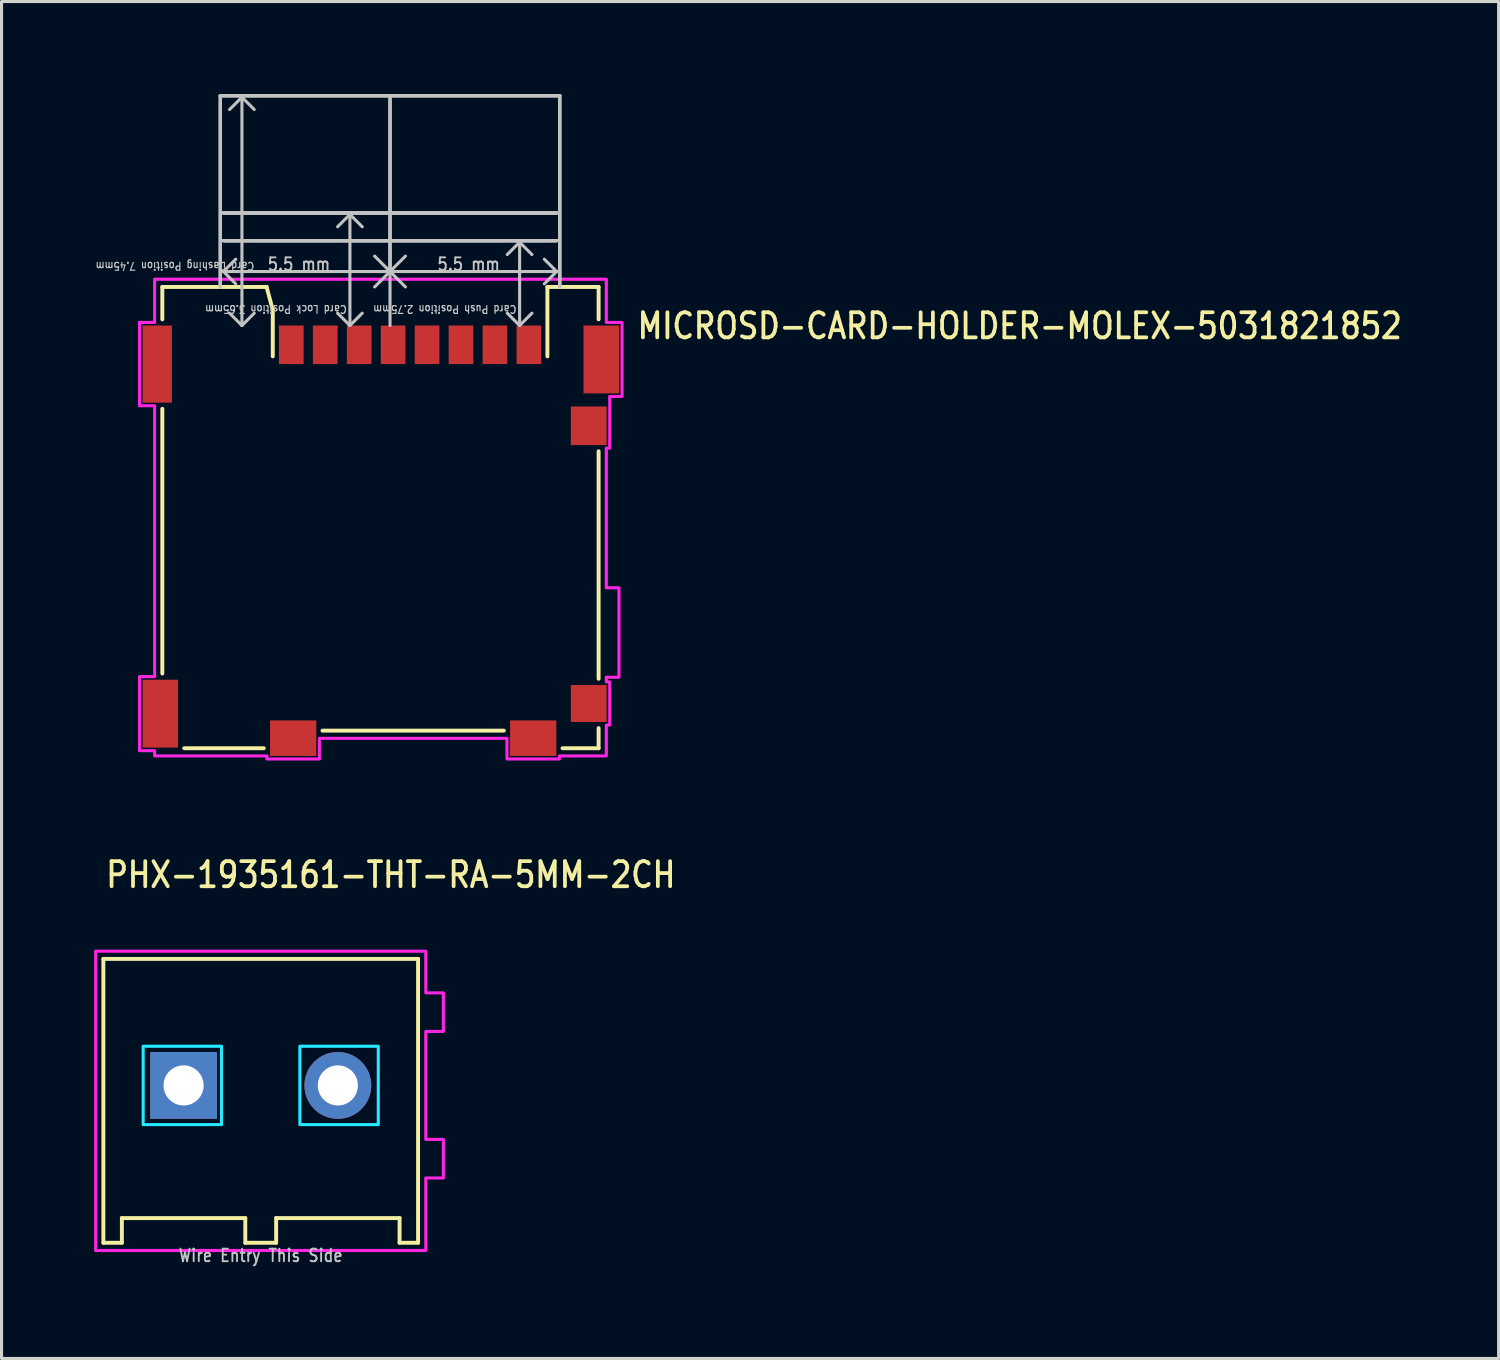
<source format=kicad_pcb>
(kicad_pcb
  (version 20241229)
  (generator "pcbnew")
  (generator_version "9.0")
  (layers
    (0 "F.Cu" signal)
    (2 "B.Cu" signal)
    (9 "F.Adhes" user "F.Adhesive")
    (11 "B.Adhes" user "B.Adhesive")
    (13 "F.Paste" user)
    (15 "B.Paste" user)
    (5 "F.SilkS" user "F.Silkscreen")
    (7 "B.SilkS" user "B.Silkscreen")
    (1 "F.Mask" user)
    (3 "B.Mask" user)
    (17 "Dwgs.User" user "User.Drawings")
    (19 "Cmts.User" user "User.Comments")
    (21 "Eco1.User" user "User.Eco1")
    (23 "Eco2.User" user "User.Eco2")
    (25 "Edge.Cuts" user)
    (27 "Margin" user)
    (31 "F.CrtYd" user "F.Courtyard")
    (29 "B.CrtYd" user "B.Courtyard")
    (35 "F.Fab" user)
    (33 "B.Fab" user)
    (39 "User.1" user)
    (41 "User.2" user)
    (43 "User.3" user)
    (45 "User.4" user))
  (footprint "PHX-1935161-THT-RA-5MM-2CH"
    (layer "F.Cu")
    (at 5.4 32.129)
    (property "Reference" "PHX-1935161-THT-RA-5MM-2CH" (at -5.08 -6.35 0) (unlocked yes) (layer "F.SilkS") (effects (font (size 0.813 0.695) (thickness 0.122)) (justify left bottom)))
    (fp_line (start -5.1 -4.1) (end -5.1 5.1) (stroke (width 0.127) (type solid)) (layer "F.SilkS"))
    (fp_line (start -5.1 5.1) (end -4.5 5.1) (stroke (width 0.127) (type solid)) (layer "F.SilkS"))
    (fp_line (start -4.5 4.3) (end -0.5 4.3) (stroke (width 0.127) (type solid)) (layer "F.SilkS"))
    (fp_line (start -4.5 5.1) (end -4.5 4.3) (stroke (width 0.127) (type solid)) (layer "F.SilkS"))
    (fp_line (start -0.5 4.3) (end -0.5 5.1) (stroke (width 0.127) (type solid)) (layer "F.SilkS"))
    (fp_line (start -0.5 5.1) (end 0.5 5.1) (stroke (width 0.127) (type solid)) (layer "F.SilkS"))
    (fp_line (start 0.5 4.3) (end 4.5 4.3) (stroke (width 0.127) (type solid)) (layer "F.SilkS"))
    (fp_line (start 0.5 5.1) (end 0.5 4.3) (stroke (width 0.127) (type solid)) (layer "F.SilkS"))
    (fp_line (start 4.5 4.3) (end 4.5 5.1) (stroke (width 0.127) (type solid)) (layer "F.SilkS"))
    (fp_line (start 4.5 5.1) (end 5.1 5.1) (stroke (width 0.127) (type solid)) (layer "F.SilkS"))
    (fp_line (start 5.1 -4.1) (end -5.1 -4.1) (stroke (width 0.127) (type solid)) (layer "F.SilkS"))
    (fp_line (start 5.1 5.1) (end 5.1 -4.1) (stroke (width 0.127) (type solid)) (layer "F.SilkS"))
    (fp_poly (pts (xy -3.81 -1.27) (xy -1.27 -1.27) (xy -1.27 1.27) (xy -3.81 1.27)) (stroke (width 0.1) (type solid)) (fill no) (layer "B.CrtYd"))
    (fp_poly (pts (xy 1.27 -1.27) (xy 3.81 -1.27) (xy 3.81 1.27) (xy 1.27 1.27)) (stroke (width 0.1) (type solid)) (fill no) (layer "B.CrtYd"))
    (fp_poly (pts (xy -5.35 -4.35) (xy -5.35 5.35) (xy 5.35 5.35) (xy 5.35 3) (xy 5.92 3) (xy 5.92 1.75) (xy 5.35 1.75) (xy 5.35 -1.75) (xy 5.92 -1.75) (xy 5.92 -3) (xy 5.35 -3) (xy 5.35 -4.35)) (stroke (width 0.1) (type solid)) (fill no) (layer "F.CrtYd"))
    (fp_text user "Wire Entry This Side" (at 0 5.75 0) (unlocked yes) (layer "Dwgs.User") (effects (font (size 0.406 0.347) (thickness 0.061)) (justify bottom)))
    (pad "1" thru_hole rect (at -2.5 0) (size 2.167 2.167) (drill 1.3) (layers "*.Cu" "*.Mask"))
    (pad "2" thru_hole oval (at 2.5 0) (size 2.167 2.167) (drill 1.3) (layers "*.Cu" "*.Mask")))
  (footprint "MICROSD-CARD-HOLDER-MOLEX-5031821852"
    (layer "F.Cu")
    (at 9.591 7.5)
    (property "Reference" "MICROSD-CARD-HOLDER-MOLEX-5031821852" (at 7.95 0.49 0) (unlocked yes) (layer "F.SilkS") (effects (font (size 0.813 0.695) (thickness 0.122)) (justify left bottom)))
    (fp_poly (pts (xy -3.95 1.49) (xy 5.25 1.49) (xy 5.25 9.65) (xy -3.95 9.65)) (stroke (width 0) (type solid)) (fill yes) (layer "F.Mask"))
    (fp_poly (pts (xy -3.95 1.49) (xy 5.25 1.49) (xy 5.25 9.65) (xy -3.95 9.65)) (stroke (width 0) (type solid)) (fill yes) (layer "F.Mask"))
    (fp_line (start -7.38 -1.25) (end -7.38 -0.2) (stroke (width 0.127) (type solid)) (layer "F.SilkS"))
    (fp_line (start -7.38 -1.25) (end -4 -1.25) (stroke (width 0.127) (type solid)) (layer "F.SilkS"))
    (fp_line (start -7.38 2.7) (end -7.38 11.28) (stroke (width 0.127) (type solid)) (layer "F.SilkS"))
    (fp_line (start -6.67 13.7) (end -4.09 13.7) (stroke (width 0.127) (type solid)) (layer "F.SilkS"))
    (fp_line (start -4 -1.25) (end -3.8 -0.5) (stroke (width 0.127) (type solid)) (layer "F.SilkS"))
    (fp_line (start -3.8 -0.5) (end -3.8 1) (stroke (width 0.127) (type solid)) (layer "F.SilkS"))
    (fp_line (start -2.19 13.13) (end 3.69 13.13) (stroke (width 0.127) (type solid)) (layer "F.SilkS"))
    (fp_line (start 5.1 -1.25) (end 5.1 1) (stroke (width 0.127) (type solid)) (layer "F.SilkS"))
    (fp_line (start 5.59 13.7) (end 6.76 13.7) (stroke (width 0.127) (type solid)) (layer "F.SilkS"))
    (fp_line (start 6.76 -1.25) (end 5.1 -1.25) (stroke (width 0.127) (type solid)) (layer "F.SilkS"))
    (fp_line (start 6.76 -1.25) (end 6.76 -0.2) (stroke (width 0.127) (type solid)) (layer "F.SilkS"))
    (fp_line (start 6.76 4.075) (end 6.76 11.45) (stroke (width 0.127) (type solid)) (layer "F.SilkS"))
    (fp_line (start 6.76 13.05) (end 6.76 13.7) (stroke (width 0.127) (type solid)) (layer "F.SilkS"))
    (fp_line (start -5.5 -7.45) (end -5.5 -1.25) (stroke (width 0.1) (type solid)) (layer "Dwgs.User"))
    (fp_line (start -5.5 -7.45) (end -5.5 -1.25) (stroke (width 0.1) (type solid)) (layer "Dwgs.User"))
    (fp_line (start -5.5 -7.45) (end -5.5 -1.25) (stroke (width 0.1) (type solid)) (layer "Dwgs.User"))
    (fp_line (start -5.5 -7.45) (end -5.5 -1.25) (stroke (width 0.1) (type solid)) (layer "Dwgs.User"))
    (fp_line (start -5.5 -7.45) (end 5.5 -7.45) (stroke (width 0.1) (type solid)) (layer "Dwgs.User"))
    (fp_line (start -5.5 -7.45) (end 5.5 -7.45) (stroke (width 0.1) (type solid)) (layer "Dwgs.User"))
    (fp_line (start -5.5 -7.45) (end 5.5 -7.45) (stroke (width 0.1) (type solid)) (layer "Dwgs.User"))
    (fp_line (start -5.5 -7.45) (end 5.5 -7.45) (stroke (width 0.1) (type solid)) (layer "Dwgs.User"))
    (fp_line (start -5.5 -7.45) (end 5.5 -7.45) (stroke (width 0.1) (type solid)) (layer "Dwgs.User"))
    (fp_line (start -5.5 -7.45) (end 5.5 -7.45) (stroke (width 0.1) (type solid)) (layer "Dwgs.User"))
    (fp_line (start -5.4 -3.65) (end 5.4 -3.65) (stroke (width 0.1) (type solid)) (layer "Dwgs.User"))
    (fp_line (start -5.4 -3.65) (end 5.4 -3.65) (stroke (width 0.1) (type solid)) (layer "Dwgs.User"))
    (fp_line (start -5.4 -3.65) (end 5.4 -3.65) (stroke (width 0.1) (type solid)) (layer "Dwgs.User"))
    (fp_line (start -5.4 -3.65) (end 5.4 -3.65) (stroke (width 0.1) (type solid)) (layer "Dwgs.User"))
    (fp_line (start -5.4 -3.65) (end 5.4 -3.65) (stroke (width 0.1) (type solid)) (layer "Dwgs.User"))
    (fp_line (start -5.4 -3.65) (end 5.4 -3.65) (stroke (width 0.1) (type solid)) (layer "Dwgs.User"))
    (fp_line (start -5.4 -2.75) (end 5.4 -2.75) (stroke (width 0.1) (type solid)) (layer "Dwgs.User"))
    (fp_line (start -5.4 -2.75) (end 5.4 -2.75) (stroke (width 0.1) (type solid)) (layer "Dwgs.User"))
    (fp_line (start -5.4 -2.75) (end 5.4 -2.75) (stroke (width 0.1) (type solid)) (layer "Dwgs.User"))
    (fp_line (start -5.4 -2.75) (end 5.4 -2.75) (stroke (width 0.1) (type solid)) (layer "Dwgs.User"))
    (fp_line (start -5.4 -2.75) (end 5.4 -2.75) (stroke (width 0.1) (type solid)) (layer "Dwgs.User"))
    (fp_line (start -5.4 -2.75) (end 5.4 -2.75) (stroke (width 0.1) (type solid)) (layer "Dwgs.User"))
    (fp_line (start -5.4 -1.75) (end -5 -1.35) (stroke (width 0.1) (type solid)) (layer "Dwgs.User"))
    (fp_line (start -5.4 -1.75) (end 0 -1.75) (stroke (width 0.1) (type solid)) (layer "Dwgs.User"))
    (fp_line (start -5 -2.15) (end -5.4 -1.75) (stroke (width 0.1) (type solid)) (layer "Dwgs.User"))
    (fp_line (start -4.8 -7.4) (end -5.2 -7) (stroke (width 0.1) (type solid)) (layer "Dwgs.User"))
    (fp_line (start -4.8 -7.4) (end -4.4 -7) (stroke (width 0.1) (type solid)) (layer "Dwgs.User"))
    (fp_line (start -4.8 0) (end -5.2 -0.4) (stroke (width 0.1) (type solid)) (layer "Dwgs.User"))
    (fp_line (start -4.8 0) (end -4.8 -7.4) (stroke (width 0.1) (type solid)) (layer "Dwgs.User"))
    (fp_line (start -4.8 0) (end -4.4 -0.4) (stroke (width 0.1) (type solid)) (layer "Dwgs.User"))
    (fp_line (start -1.3 -3.6) (end -1.7 -3.2) (stroke (width 0.1) (type solid)) (layer "Dwgs.User"))
    (fp_line (start -1.3 -3.6) (end -0.9 -3.2) (stroke (width 0.1) (type solid)) (layer "Dwgs.User"))
    (fp_line (start -1.3 0) (end -1.7 -0.4) (stroke (width 0.1) (type solid)) (layer "Dwgs.User"))
    (fp_line (start -1.3 0) (end -1.3 -3.6) (stroke (width 0.1) (type solid)) (layer "Dwgs.User"))
    (fp_line (start -1.3 0) (end -0.9 -0.4) (stroke (width 0.1) (type solid)) (layer "Dwgs.User"))
    (fp_line (start 0 -1.75) (end -0.5 -2.25) (stroke (width 0.1) (type solid)) (layer "Dwgs.User"))
    (fp_line (start 0 -1.75) (end -0.5 -1.25) (stroke (width 0.1) (type solid)) (layer "Dwgs.User"))
    (fp_line (start 0 -1.75) (end 0 -7.45) (stroke (width 0.1) (type solid)) (layer "Dwgs.User"))
    (fp_line (start 0 -1.75) (end 0 -7.45) (stroke (width 0.1) (type solid)) (layer "Dwgs.User"))
    (fp_line (start 0 -1.75) (end 0 -7.45) (stroke (width 0.1) (type solid)) (layer "Dwgs.User"))
    (fp_line (start 0 -1.75) (end 0.5 -1.25) (stroke (width 0.1) (type solid)) (layer "Dwgs.User"))
    (fp_line (start 0 -1.75) (end 5.4 -1.75) (stroke (width 0.1) (type solid)) (layer "Dwgs.User"))
    (fp_line (start 0 0) (end 0 -1.75) (stroke (width 0.1) (type solid)) (layer "Dwgs.User"))
    (fp_line (start 0.5 -2.25) (end 0 -1.75) (stroke (width 0.1) (type solid)) (layer "Dwgs.User"))
    (fp_line (start 4.2 -2.7) (end 3.8 -2.3) (stroke (width 0.1) (type solid)) (layer "Dwgs.User"))
    (fp_line (start 4.2 -2.7) (end 4.6 -2.3) (stroke (width 0.1) (type solid)) (layer "Dwgs.User"))
    (fp_line (start 4.2 0) (end 3.8 -0.4) (stroke (width 0.1) (type solid)) (layer "Dwgs.User"))
    (fp_line (start 4.2 0) (end 4.2 -2.7) (stroke (width 0.1) (type solid)) (layer "Dwgs.User"))
    (fp_line (start 4.2 0) (end 4.6 -0.4) (stroke (width 0.1) (type solid)) (layer "Dwgs.User"))
    (fp_line (start 5.4 -1.75) (end 5 -2.15) (stroke (width 0.1) (type solid)) (layer "Dwgs.User"))
    (fp_line (start 5.4 -1.75) (end 5 -1.35) (stroke (width 0.1) (type solid)) (layer "Dwgs.User"))
    (fp_line (start 5.5 -7.45) (end 5.5 -1.25) (stroke (width 0.1) (type solid)) (layer "Dwgs.User"))
    (fp_line (start 5.5 -7.45) (end 5.5 -1.25) (stroke (width 0.1) (type solid)) (layer "Dwgs.User"))
    (fp_line (start 5.5 -7.45) (end 5.5 -1.25) (stroke (width 0.1) (type solid)) (layer "Dwgs.User"))
    (fp_line (start 5.5 -7.45) (end 5.5 -1.25) (stroke (width 0.1) (type solid)) (layer "Dwgs.User"))
    (fp_poly (pts (xy -7.63 -1.5) (xy 7.01 -1.5) (xy 7.01 -0.1) (xy 7.52 -0.1) (xy 7.52 2.3) (xy 7.12 2.3) (xy 7.12 3.975) (xy 7.01 3.975) (xy 7.01 8.5) (xy 7.42 8.5) (xy 7.42 11.4) (xy 7.01 11.4) (xy 7.01 11.55) (xy 7.12 11.55) (xy 7.12 12.95) (xy 7.01 12.95) (xy 7.01 13.95) (xy 5.49 13.95) (xy 5.49 14.05) (xy 3.79 14.05) (xy 3.79 13.38) (xy -2.29 13.38) (xy -2.29 14.05) (xy -3.99 14.05) (xy -3.99 13.95) (xy -7.63 13.95) (xy -7.63 13.78) (xy -8.12 13.78) (xy -8.12 11.38) (xy -7.63 11.38) (xy -7.63 2.6) (xy -8.12 2.6) (xy -8.12 -0.1) (xy -7.63 -0.1)) (stroke (width 0.1) (type solid)) (fill no) (layer "F.CrtYd"))
    (fp_text user "Card Dashing Position 7.45mm" (at -4.38 -2.08 180) (unlocked yes) (layer "Dwgs.User") (effects (font (size 0.254 0.217) (thickness 0.038)) (justify left bottom)))
    (fp_text user "Card Lock Position 3.65mm" (at -1.38 -0.68 180) (unlocked yes) (layer "Dwgs.User") (effects (font (size 0.254 0.217) (thickness 0.038)) (justify left bottom)))
    (fp_text user "5.5 mm" (at -4 -1.75 0) (unlocked yes) (layer "Dwgs.User") (effects (font (size 0.406 0.347) (thickness 0.061)) (justify left bottom)))
    (fp_text user "Card Push Position 2.75mm" (at 4.12 -0.68 180) (unlocked yes) (layer "Dwgs.User") (effects (font (size 0.254 0.217) (thickness 0.038)) (justify left bottom)))
    (fp_text user "5.5 mm" (at 1.5 -1.75 0) (unlocked yes) (layer "Dwgs.User") (effects (font (size 0.406 0.347) (thickness 0.061)) (justify left bottom)))
    (pad "1" smd rect (at -3.2 0.625) (size 0.8 1.25) (layers "F.Cu" "F.Mask" "F.Paste"))
    (pad "2" smd rect (at -2.1 0.625) (size 0.8 1.25) (layers "F.Cu" "F.Mask" "F.Paste"))
    (pad "3" smd rect (at -1 0.625) (size 0.8 1.25) (layers "F.Cu" "F.Mask" "F.Paste"))
    (pad "4" smd rect (at 0.1 0.625) (size 0.8 1.25) (layers "F.Cu" "F.Mask" "F.Paste"))
    (pad "5" smd rect (at 1.2 0.625) (size 0.8 1.25) (layers "F.Cu" "F.Mask" "F.Paste"))
    (pad "6" smd rect (at 2.3 0.625) (size 0.8 1.25) (layers "F.Cu" "F.Mask" "F.Paste"))
    (pad "7" smd rect (at 3.4 0.625) (size 0.8 1.25) (layers "F.Cu" "F.Mask" "F.Paste"))
    (pad "8" smd rect (at 4.5 0.625) (size 0.8 1.25) (layers "F.Cu" "F.Mask" "F.Paste"))
    (pad "DETECT" smd rect (at 6.44 12.25) (size 1.16 1.2) (layers "F.Cu" "F.Mask" "F.Paste"))
    (pad "SWITCH" smd rect (at 6.44 3.25) (size 1.16 1.25) (layers "F.Cu" "F.Mask" "F.Paste"))
    (pad "S_1" smd rect (at -7.545 1.25) (size 0.95 2.5) (layers "F.Cu" "F.Mask" "F.Paste"))
    (pad "S_2" smd rect (at -7.445 12.58) (size 1.15 2.2) (layers "F.Cu" "F.Mask" "F.Paste"))
    (pad "S_3" smd rect (at -3.14 13.375) (size 1.5 1.15) (layers "F.Cu" "F.Mask" "F.Paste"))
    (pad "S_4" smd rect (at 4.64 13.375) (size 1.5 1.15) (layers "F.Cu" "F.Mask" "F.Paste"))
    (pad "S_5" smd rect (at 6.845 1.1) (size 1.15 2.2) (layers "F.Cu" "F.Mask" "F.Paste")))
  (gr_rect
    (start -3 -3)
    (end 45.521 40.979)
    (stroke (width 0.1) (type default))
    (fill no)
    (layer "Edge.Cuts")))
</source>
